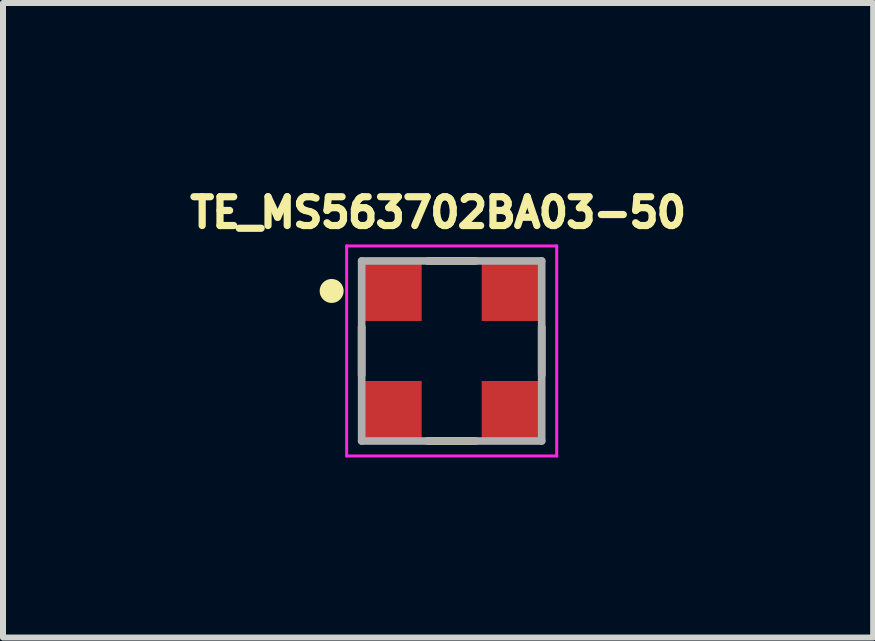
<source format=kicad_pcb>
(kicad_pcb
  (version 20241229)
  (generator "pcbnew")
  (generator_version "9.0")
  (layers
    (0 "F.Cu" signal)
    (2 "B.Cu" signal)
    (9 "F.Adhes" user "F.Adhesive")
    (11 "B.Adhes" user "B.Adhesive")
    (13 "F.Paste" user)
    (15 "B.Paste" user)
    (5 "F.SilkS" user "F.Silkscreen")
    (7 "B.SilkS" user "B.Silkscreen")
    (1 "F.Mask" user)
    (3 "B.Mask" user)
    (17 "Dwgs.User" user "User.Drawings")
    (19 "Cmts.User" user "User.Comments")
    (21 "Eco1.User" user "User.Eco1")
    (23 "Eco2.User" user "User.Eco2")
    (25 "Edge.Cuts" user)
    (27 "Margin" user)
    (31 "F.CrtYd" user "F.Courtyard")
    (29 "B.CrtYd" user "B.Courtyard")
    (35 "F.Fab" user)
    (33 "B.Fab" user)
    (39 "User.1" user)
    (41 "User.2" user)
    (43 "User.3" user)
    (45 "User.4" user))
  (footprint "TE_MS563702BA03-50"
    (layer "F.Cu")
    (at 4.476 2.798)
    (property "Reference" "TE_MS563702BA03-50" (at -0.226 -2.306 0) (layer "F.SilkS") (effects (font (size 0.48 0.48) (thickness 0.15))))
    (attr smd)
    (fp_line (start -1.5 -0.4) (end -1.5 0.4) (stroke (width 0.127) (type solid)) (layer "F.SilkS"))
    (fp_line (start -0.4 -1.5) (end 0.4 -1.5) (stroke (width 0.127) (type solid)) (layer "F.SilkS"))
    (fp_line (start -0.4 1.5) (end 0.4 1.5) (stroke (width 0.127) (type solid)) (layer "F.SilkS"))
    (fp_line (start 1.5 -0.4) (end 1.5 0.4) (stroke (width 0.127) (type solid)) (layer "F.SilkS"))
    (fp_circle (center -2 -1) (end -1.9 -1) (stroke (width 0.2) (type solid)) (fill no) (layer "F.SilkS"))
    (fp_line (start -1.75 -1.75) (end 1.75 -1.75) (stroke (width 0.05) (type solid)) (layer "F.CrtYd"))
    (fp_line (start -1.75 1.75) (end -1.75 -1.75) (stroke (width 0.05) (type solid)) (layer "F.CrtYd"))
    (fp_line (start 1.75 -1.75) (end 1.75 1.75) (stroke (width 0.05) (type solid)) (layer "F.CrtYd"))
    (fp_line (start 1.75 1.75) (end -1.75 1.75) (stroke (width 0.05) (type solid)) (layer "F.CrtYd"))
    (fp_line (start -1.5 -1.5) (end 1.5 -1.5) (stroke (width 0.127) (type solid)) (layer "F.Fab"))
    (fp_line (start -1.5 1.5) (end -1.5 -1.5) (stroke (width 0.127) (type solid)) (layer "F.Fab"))
    (fp_line (start 1.5 -1.5) (end 1.5 1.5) (stroke (width 0.127) (type solid)) (layer "F.Fab"))
    (fp_line (start 1.5 1.5) (end -1.5 1.5) (stroke (width 0.127) (type solid)) (layer "F.Fab"))
    (pad "1" smd rect (at -1 -1) (size 1 1) (layers "F.Cu" "F.Mask" "F.Paste"))
    (pad "2" smd rect (at -1 1) (size 1 1) (layers "F.Cu" "F.Mask" "F.Paste"))
    (pad "3" smd rect (at 1 1) (size 1 1) (layers "F.Cu" "F.Mask" "F.Paste"))
    (pad "4" smd rect (at 1 -1) (size 1 1) (layers "F.Cu" "F.Mask" "F.Paste"))
    (zone (net_name "") (layer "F.Cu") (hatch full 0.508) (connect_pads) (min_thickness 0.01) (filled_areas_thickness no) (keepout (tracks not_allowed) (vias not_allowed) (pads not_allowed) (copperpour not_allowed) (footprints allowed)) (placement (enabled no)) (fill) (polygon (pts (xy 3.124 2.348) (xy 5.826 2.348) (xy 5.826 3.249) (xy 3.124 3.249))))
    (zone (net_name "") (layer "F.Cu") (hatch full 0.508) (connect_pads) (min_thickness 0.01) (filled_areas_thickness no) (keepout (tracks not_allowed) (vias not_allowed) (pads not_allowed) (copperpour not_allowed) (footprints allowed)) (placement (enabled no)) (fill) (polygon (pts (xy 4.025 1.448) (xy 4.926 1.448) (xy 4.926 4.15) (xy 4.025 4.15))))
    (zone (net_name "") (layers "F.Cu" "B.Cu") (hatch full 0.508) (connect_pads) (min_thickness 0.01) (filled_areas_thickness no) (keepout (tracks allowed) (vias not_allowed) (pads allowed) (copperpour allowed) (footprints allowed)) (placement (enabled no)) (fill) (polygon (pts (xy 3.123 2.348) (xy 5.826 2.348) (xy 5.826 3.249) (xy 3.123 3.249))))
    (zone (net_name "") (layers "F.Cu" "B.Cu") (hatch full 0.508) (connect_pads) (min_thickness 0.01) (filled_areas_thickness no) (keepout (tracks allowed) (vias not_allowed) (pads allowed) (copperpour allowed) (footprints allowed)) (placement (enabled no)) (fill) (polygon (pts (xy 4.025 1.448) (xy 4.926 1.448) (xy 4.926 4.149) (xy 4.025 4.149))))
    (zone (net_name "") (layer "B.Cu") (hatch full 0.508) (connect_pads) (min_thickness 0.01) (filled_areas_thickness no) (keepout (tracks not_allowed) (vias not_allowed) (pads not_allowed) (copperpour not_allowed) (footprints allowed)) (placement (enabled no)) (fill) (polygon (pts (xy 3.125 2.348) (xy 5.826 2.348) (xy 5.826 3.248) (xy 3.125 3.248))))
    (zone (net_name "") (layer "B.Cu") (hatch full 0.508) (connect_pads) (min_thickness 0.01) (filled_areas_thickness no) (keepout (tracks not_allowed) (vias not_allowed) (pads not_allowed) (copperpour not_allowed) (footprints allowed)) (placement (enabled no)) (fill) (polygon (pts (xy 4.025 1.448) (xy 4.926 1.448) (xy 4.926 4.151) (xy 4.025 4.151)))))
  (gr_rect
    (start -3 -3)
    (end 11.499 7.573)
    (stroke (width 0.1) (type default))
    (fill no)
    (layer "Edge.Cuts")))
</source>
